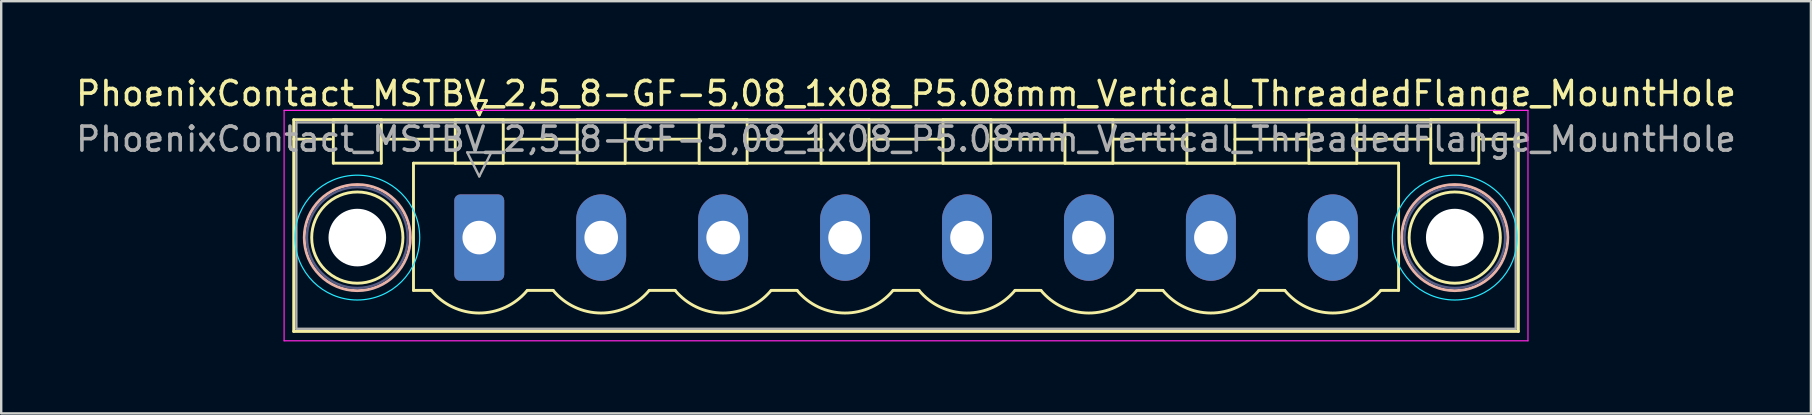
<source format=kicad_pcb>
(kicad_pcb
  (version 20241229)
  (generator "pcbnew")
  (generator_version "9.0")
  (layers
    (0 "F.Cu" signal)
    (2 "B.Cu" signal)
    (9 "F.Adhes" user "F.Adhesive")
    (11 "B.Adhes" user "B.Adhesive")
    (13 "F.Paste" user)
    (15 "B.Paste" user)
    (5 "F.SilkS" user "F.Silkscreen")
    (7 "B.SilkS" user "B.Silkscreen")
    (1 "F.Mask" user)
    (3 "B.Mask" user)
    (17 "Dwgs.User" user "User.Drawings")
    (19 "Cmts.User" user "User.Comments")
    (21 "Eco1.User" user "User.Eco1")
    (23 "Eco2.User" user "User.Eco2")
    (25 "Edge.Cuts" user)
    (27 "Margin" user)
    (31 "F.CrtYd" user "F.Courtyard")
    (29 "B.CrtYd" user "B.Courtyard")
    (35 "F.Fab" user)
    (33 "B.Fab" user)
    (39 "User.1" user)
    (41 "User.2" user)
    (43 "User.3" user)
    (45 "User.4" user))
  (footprint "PhoenixContact_MSTBV_2,5_8-GF-5,08_1x08_P5.08mm_Vertical_ThreadedFlange_MountHole"
    (layer "F.Cu")
    (at 16.916 6.848)
    (property "Reference" "PhoenixContact_MSTBV_2,5_8-GF-5,08_1x08_P5.08mm_Vertical_ThreadedFlange_MountHole" (at 17.78 -6 0) (layer "F.SilkS") (effects (font (size 1 1) (thickness 0.15))))
    (attr through_hole)
    (fp_line (start -7.73 -4.91) (end -7.73 3.91) (stroke (width 0.12) (type solid)) (layer "F.SilkS"))
    (fp_line (start -7.73 -4.1) (end -6.19 -4.1) (stroke (width 0.12) (type solid)) (layer "F.SilkS"))
    (fp_line (start -7.73 3.91) (end 43.29 3.91) (stroke (width 0.12) (type solid)) (layer "F.SilkS"))
    (fp_line (start -6.08 -4.91) (end -4.08 -4.91) (stroke (width 0.12) (type solid)) (layer "F.SilkS"))
    (fp_line (start -6.08 -3.1) (end -6.08 -4.91) (stroke (width 0.12) (type solid)) (layer "F.SilkS"))
    (fp_line (start -4.08 -4.91) (end -4.08 -3.1) (stroke (width 0.12) (type solid)) (layer "F.SilkS"))
    (fp_line (start -4.08 -4.1) (end -1 -4.1) (stroke (width 0.12) (type solid)) (layer "F.SilkS"))
    (fp_line (start -4.08 -3.1) (end -6.08 -3.1) (stroke (width 0.12) (type solid)) (layer "F.SilkS"))
    (fp_line (start -2.74 -3.1) (end 38.3 -3.1) (stroke (width 0.12) (type solid)) (layer "F.SilkS"))
    (fp_line (start -2.74 2.2) (end -2.74 -3.1) (stroke (width 0.12) (type solid)) (layer "F.SilkS"))
    (fp_line (start -2 2.2) (end -2.74 2.2) (stroke (width 0.12) (type solid)) (layer "F.SilkS"))
    (fp_line (start -1 -4.91) (end 1 -4.91) (stroke (width 0.12) (type solid)) (layer "F.SilkS"))
    (fp_line (start -1 -3.1) (end -1 -4.91) (stroke (width 0.12) (type solid)) (layer "F.SilkS"))
    (fp_line (start -0.3 -5.71) (end 0.3 -5.71) (stroke (width 0.12) (type solid)) (layer "F.SilkS"))
    (fp_line (start 0 -5.11) (end -0.3 -5.71) (stroke (width 0.12) (type solid)) (layer "F.SilkS"))
    (fp_line (start 0.3 -5.71) (end 0 -5.11) (stroke (width 0.12) (type solid)) (layer "F.SilkS"))
    (fp_line (start 1 -4.91) (end 1 -3.1) (stroke (width 0.12) (type solid)) (layer "F.SilkS"))
    (fp_line (start 1 -4.1) (end 4.08 -4.1) (stroke (width 0.12) (type solid)) (layer "F.SilkS"))
    (fp_line (start 1 -3.1) (end -1 -3.1) (stroke (width 0.12) (type solid)) (layer "F.SilkS"))
    (fp_line (start 2 2.2) (end 3.08 2.2) (stroke (width 0.12) (type solid)) (layer "F.SilkS"))
    (fp_line (start 4.08 -4.91) (end 6.08 -4.91) (stroke (width 0.12) (type solid)) (layer "F.SilkS"))
    (fp_line (start 4.08 -3.1) (end 4.08 -4.91) (stroke (width 0.12) (type solid)) (layer "F.SilkS"))
    (fp_line (start 6.08 -4.91) (end 6.08 -3.1) (stroke (width 0.12) (type solid)) (layer "F.SilkS"))
    (fp_line (start 6.08 -4.1) (end 9.16 -4.1) (stroke (width 0.12) (type solid)) (layer "F.SilkS"))
    (fp_line (start 6.08 -3.1) (end 4.08 -3.1) (stroke (width 0.12) (type solid)) (layer "F.SilkS"))
    (fp_line (start 7.08 2.2) (end 8.16 2.2) (stroke (width 0.12) (type solid)) (layer "F.SilkS"))
    (fp_line (start 9.16 -4.91) (end 11.16 -4.91) (stroke (width 0.12) (type solid)) (layer "F.SilkS"))
    (fp_line (start 9.16 -3.1) (end 9.16 -4.91) (stroke (width 0.12) (type solid)) (layer "F.SilkS"))
    (fp_line (start 11.16 -4.91) (end 11.16 -3.1) (stroke (width 0.12) (type solid)) (layer "F.SilkS"))
    (fp_line (start 11.16 -4.1) (end 14.24 -4.1) (stroke (width 0.12) (type solid)) (layer "F.SilkS"))
    (fp_line (start 11.16 -3.1) (end 9.16 -3.1) (stroke (width 0.12) (type solid)) (layer "F.SilkS"))
    (fp_line (start 12.16 2.2) (end 13.24 2.2) (stroke (width 0.12) (type solid)) (layer "F.SilkS"))
    (fp_line (start 14.24 -4.91) (end 16.24 -4.91) (stroke (width 0.12) (type solid)) (layer "F.SilkS"))
    (fp_line (start 14.24 -3.1) (end 14.24 -4.91) (stroke (width 0.12) (type solid)) (layer "F.SilkS"))
    (fp_line (start 16.24 -4.91) (end 16.24 -3.1) (stroke (width 0.12) (type solid)) (layer "F.SilkS"))
    (fp_line (start 16.24 -4.1) (end 19.32 -4.1) (stroke (width 0.12) (type solid)) (layer "F.SilkS"))
    (fp_line (start 16.24 -3.1) (end 14.24 -3.1) (stroke (width 0.12) (type solid)) (layer "F.SilkS"))
    (fp_line (start 17.24 2.2) (end 18.32 2.2) (stroke (width 0.12) (type solid)) (layer "F.SilkS"))
    (fp_line (start 19.32 -4.91) (end 21.32 -4.91) (stroke (width 0.12) (type solid)) (layer "F.SilkS"))
    (fp_line (start 19.32 -3.1) (end 19.32 -4.91) (stroke (width 0.12) (type solid)) (layer "F.SilkS"))
    (fp_line (start 21.32 -4.91) (end 21.32 -3.1) (stroke (width 0.12) (type solid)) (layer "F.SilkS"))
    (fp_line (start 21.32 -4.1) (end 24.4 -4.1) (stroke (width 0.12) (type solid)) (layer "F.SilkS"))
    (fp_line (start 21.32 -3.1) (end 19.32 -3.1) (stroke (width 0.12) (type solid)) (layer "F.SilkS"))
    (fp_line (start 22.32 2.2) (end 23.4 2.2) (stroke (width 0.12) (type solid)) (layer "F.SilkS"))
    (fp_line (start 24.4 -4.91) (end 26.4 -4.91) (stroke (width 0.12) (type solid)) (layer "F.SilkS"))
    (fp_line (start 24.4 -3.1) (end 24.4 -4.91) (stroke (width 0.12) (type solid)) (layer "F.SilkS"))
    (fp_line (start 26.4 -4.91) (end 26.4 -3.1) (stroke (width 0.12) (type solid)) (layer "F.SilkS"))
    (fp_line (start 26.4 -4.1) (end 29.48 -4.1) (stroke (width 0.12) (type solid)) (layer "F.SilkS"))
    (fp_line (start 26.4 -3.1) (end 24.4 -3.1) (stroke (width 0.12) (type solid)) (layer "F.SilkS"))
    (fp_line (start 27.4 2.2) (end 28.48 2.2) (stroke (width 0.12) (type solid)) (layer "F.SilkS"))
    (fp_line (start 29.48 -4.91) (end 31.48 -4.91) (stroke (width 0.12) (type solid)) (layer "F.SilkS"))
    (fp_line (start 29.48 -3.1) (end 29.48 -4.91) (stroke (width 0.12) (type solid)) (layer "F.SilkS"))
    (fp_line (start 31.48 -4.91) (end 31.48 -3.1) (stroke (width 0.12) (type solid)) (layer "F.SilkS"))
    (fp_line (start 31.48 -4.1) (end 34.56 -4.1) (stroke (width 0.12) (type solid)) (layer "F.SilkS"))
    (fp_line (start 31.48 -3.1) (end 29.48 -3.1) (stroke (width 0.12) (type solid)) (layer "F.SilkS"))
    (fp_line (start 32.48 2.2) (end 33.56 2.2) (stroke (width 0.12) (type solid)) (layer "F.SilkS"))
    (fp_line (start 34.56 -4.91) (end 36.56 -4.91) (stroke (width 0.12) (type solid)) (layer "F.SilkS"))
    (fp_line (start 34.56 -3.1) (end 34.56 -4.91) (stroke (width 0.12) (type solid)) (layer "F.SilkS"))
    (fp_line (start 36.56 -4.91) (end 36.56 -3.1) (stroke (width 0.12) (type solid)) (layer "F.SilkS"))
    (fp_line (start 36.56 -4.1) (end 39.64 -4.1) (stroke (width 0.12) (type solid)) (layer "F.SilkS"))
    (fp_line (start 36.56 -3.1) (end 34.56 -3.1) (stroke (width 0.12) (type solid)) (layer "F.SilkS"))
    (fp_line (start 38.3 -3.1) (end 38.3 2.2) (stroke (width 0.12) (type solid)) (layer "F.SilkS"))
    (fp_line (start 38.3 2.2) (end 37.56 2.2) (stroke (width 0.12) (type solid)) (layer "F.SilkS"))
    (fp_line (start 39.64 -4.91) (end 41.64 -4.91) (stroke (width 0.12) (type solid)) (layer "F.SilkS"))
    (fp_line (start 39.64 -3.1) (end 39.64 -4.91) (stroke (width 0.12) (type solid)) (layer "F.SilkS"))
    (fp_line (start 41.64 -4.91) (end 41.64 -3.1) (stroke (width 0.12) (type solid)) (layer "F.SilkS"))
    (fp_line (start 41.64 -3.1) (end 39.64 -3.1) (stroke (width 0.12) (type solid)) (layer "F.SilkS"))
    (fp_line (start 43.29 -4.91) (end -7.73 -4.91) (stroke (width 0.12) (type solid)) (layer "F.SilkS"))
    (fp_line (start 43.29 -4.1) (end 41.75 -4.1) (stroke (width 0.12) (type solid)) (layer "F.SilkS"))
    (fp_line (start 43.29 3.91) (end 43.29 -4.91) (stroke (width 0.12) (type solid)) (layer "F.SilkS"))
    (fp_arc (start 1.986842 2.215821) (mid -0.010289 3.142758) (end -2 2.2) (stroke (width 0.12) (type solid)) (layer "F.SilkS"))
    (fp_arc (start 7.066842 2.215821) (mid 5.069711 3.142758) (end 3.08 2.2) (stroke (width 0.12) (type solid)) (layer "F.SilkS"))
    (fp_arc (start 12.146842 2.215821) (mid 10.149711 3.142758) (end 8.16 2.2) (stroke (width 0.12) (type solid)) (layer "F.SilkS"))
    (fp_arc (start 17.226842 2.215821) (mid 15.229711 3.142758) (end 13.24 2.2) (stroke (width 0.12) (type solid)) (layer "F.SilkS"))
    (fp_arc (start 22.306842 2.215821) (mid 20.309711 3.142758) (end 18.32 2.2) (stroke (width 0.12) (type solid)) (layer "F.SilkS"))
    (fp_arc (start 27.386842 2.215821) (mid 25.389711 3.142758) (end 23.4 2.2) (stroke (width 0.12) (type solid)) (layer "F.SilkS"))
    (fp_arc (start 32.466842 2.215821) (mid 30.469711 3.142758) (end 28.48 2.2) (stroke (width 0.12) (type solid)) (layer "F.SilkS"))
    (fp_arc (start 37.546842 2.215821) (mid 35.549711 3.142758) (end 33.56 2.2) (stroke (width 0.12) (type solid)) (layer "F.SilkS"))
    (fp_circle (center -5.08 0) (end -3.18 0) (stroke (width 0.12) (type solid)) (fill no) (layer "F.SilkS"))
    (fp_circle (center 40.64 0) (end 42.54 0) (stroke (width 0.12) (type solid)) (fill no) (layer "F.SilkS"))
    (fp_circle (center -5.08 0) (end -2.87 0) (stroke (width 0.12) (type solid)) (fill no) (layer "B.SilkS"))
    (fp_circle (center 40.64 0) (end 42.85 0) (stroke (width 0.12) (type solid)) (fill no) (layer "B.SilkS"))
    (fp_circle (center -5.08 0) (end -2.48 0) (stroke (width 0.05) (type solid)) (fill no) (layer "B.CrtYd"))
    (fp_circle (center 40.64 0) (end 43.24 0) (stroke (width 0.05) (type solid)) (fill no) (layer "B.CrtYd"))
    (fp_line (start -8.13 -5.3) (end -8.13 4.3) (stroke (width 0.05) (type solid)) (layer "F.CrtYd"))
    (fp_line (start -8.13 4.3) (end 43.69 4.3) (stroke (width 0.05) (type solid)) (layer "F.CrtYd"))
    (fp_line (start 43.69 -5.3) (end -8.13 -5.3) (stroke (width 0.05) (type solid)) (layer "F.CrtYd"))
    (fp_line (start 43.69 4.3) (end 43.69 -5.3) (stroke (width 0.05) (type solid)) (layer "F.CrtYd"))
    (fp_circle (center -5.08 0) (end -2.98 0) (stroke (width 0.1) (type solid)) (fill no) (layer "B.Fab"))
    (fp_circle (center 40.64 0) (end 42.74 0) (stroke (width 0.1) (type solid)) (fill no) (layer "B.Fab"))
    (fp_line (start -7.62 -4.8) (end -7.62 3.8) (stroke (width 0.1) (type solid)) (layer "F.Fab"))
    (fp_line (start -7.62 3.8) (end 43.18 3.8) (stroke (width 0.1) (type solid)) (layer "F.Fab"))
    (fp_line (start -0.5 -3.55) (end 0.5 -3.55) (stroke (width 0.1) (type solid)) (layer "F.Fab"))
    (fp_line (start 0 -2.55) (end -0.5 -3.55) (stroke (width 0.1) (type solid)) (layer "F.Fab"))
    (fp_line (start 0.5 -3.55) (end 0 -2.55) (stroke (width 0.1) (type solid)) (layer "F.Fab"))
    (fp_line (start 43.18 -4.8) (end -7.62 -4.8) (stroke (width 0.1) (type solid)) (layer "F.Fab"))
    (fp_line (start 43.18 3.8) (end 43.18 -4.8) (stroke (width 0.1) (type solid)) (layer "F.Fab"))
    (fp_text user "${REFERENCE}" (at 17.78 -4.1 0) (layer "F.Fab") (effects (font (size 1 1) (thickness 0.15))))
    (pad "" np_thru_hole circle (at -5.08 0) (size 2.4 2.4) (drill 2.4) (layers "*.Cu" "*.Mask"))
    (pad "" np_thru_hole circle (at 40.64 0) (size 2.4 2.4) (drill 2.4) (layers "*.Cu" "*.Mask"))
    (pad "1" thru_hole roundrect (at 0 0) (size 2.08 3.6) (drill 1.4) (layers "*.Cu" "*.Mask") (roundrect_rratio 0.12))
    (pad "2" thru_hole oval (at 5.08 0) (size 2.08 3.6) (drill 1.4) (layers "*.Cu" "*.Mask"))
    (pad "3" thru_hole oval (at 10.16 0) (size 2.08 3.6) (drill 1.4) (layers "*.Cu" "*.Mask"))
    (pad "4" thru_hole oval (at 15.24 0) (size 2.08 3.6) (drill 1.4) (layers "*.Cu" "*.Mask"))
    (pad "5" thru_hole oval (at 20.32 0) (size 2.08 3.6) (drill 1.4) (layers "*.Cu" "*.Mask"))
    (pad "6" thru_hole oval (at 25.4 0) (size 2.08 3.6) (drill 1.4) (layers "*.Cu" "*.Mask"))
    (pad "7" thru_hole oval (at 30.48 0) (size 2.08 3.6) (drill 1.4) (layers "*.Cu" "*.Mask"))
    (pad "8" thru_hole oval (at 35.56 0) (size 2.08 3.6) (drill 1.4) (layers "*.Cu" "*.Mask")))
  (gr_rect
    (start -3 -3)
    (end 72.393 14.173)
    (stroke (width 0.1) (type default))
    (fill no)
    (layer "Edge.Cuts")))
</source>
